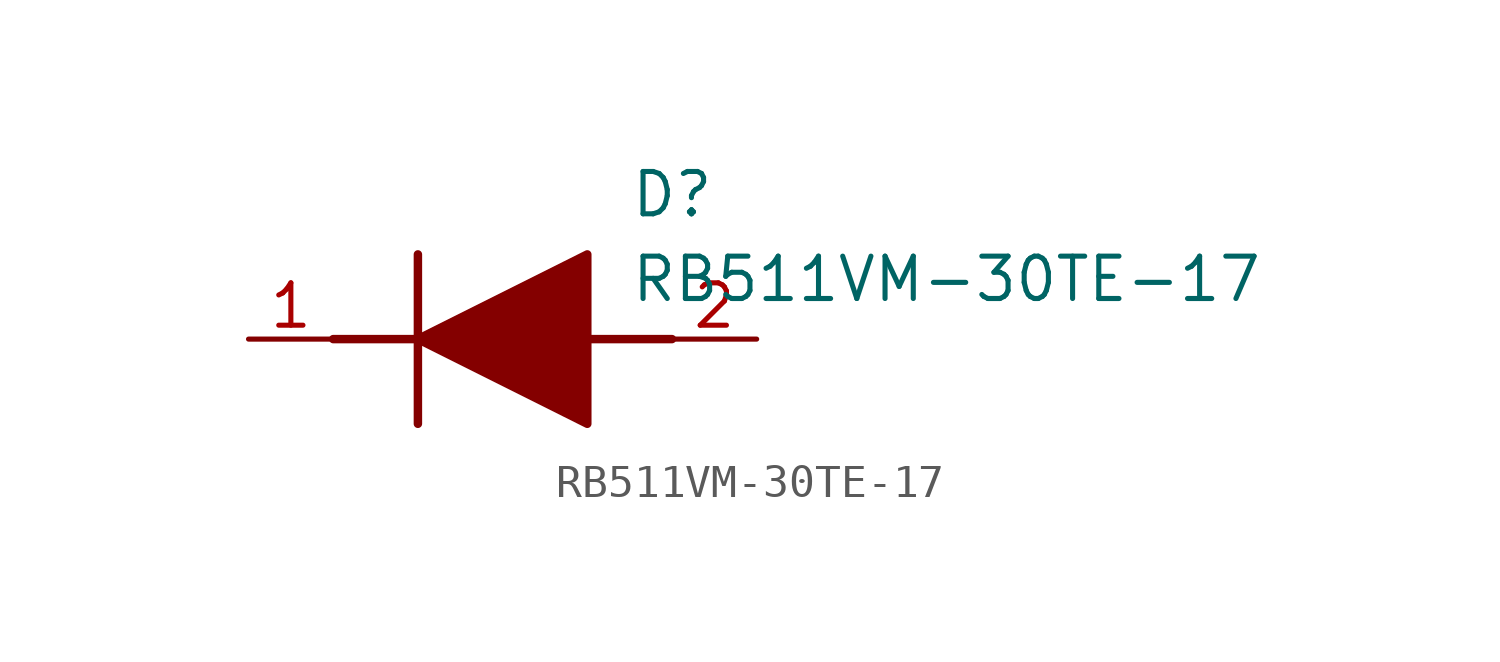
<source format=kicad_sym>
(kicad_symbol_lib
  (version 20211014)
  (generator SamacSys_ECAD_Model)
  (symbol "RB511VM-30TE-17"
    (pin_names hide)
    (property "Reference" "D"
      (at 11.43 5.08 0)
      (effects (font (size 1.27 1.27)) (justify left top)))
    (property "Value" "RB511VM-30TE-17"
      (at 11.43 2.54 0)
      (effects (font (size 1.27 1.27)) (justify left top)))
    (polyline
      (pts (xy 5.08 2.54) (xy 5.08 -2.54))
      (stroke (width 0.254) (type default))
      (fill (type none)))
    (polyline
      (pts (xy 2.54 0) (xy 5.08 0))
      (stroke (width 0.254) (type default))
      (fill (type none)))
    (polyline
      (pts (xy 10.16 0) (xy 12.7 0))
      (stroke (width 0.254) (type default))
      (fill (type none)))
    (polyline
      (pts (xy 5.08 0) (xy 10.16 2.54) (xy 10.16 -2.54) (xy 5.08 0))
      (stroke (width 0.254) (type default))
      (fill (type outline)))
    (pin passive line
      (at 0 0 0)
      (length 2.54)
      (name "K" (effects (font (size 1.27 1.27))))
      (number "1" (effects (font (size 1.27 1.27)))))
    (pin passive line
      (at 15.24 0 180)
      (length 2.54)
      (name "A" (effects (font (size 1.27 1.27))))
      (number "2" (effects (font (size 1.27 1.27)))))))
</source>
